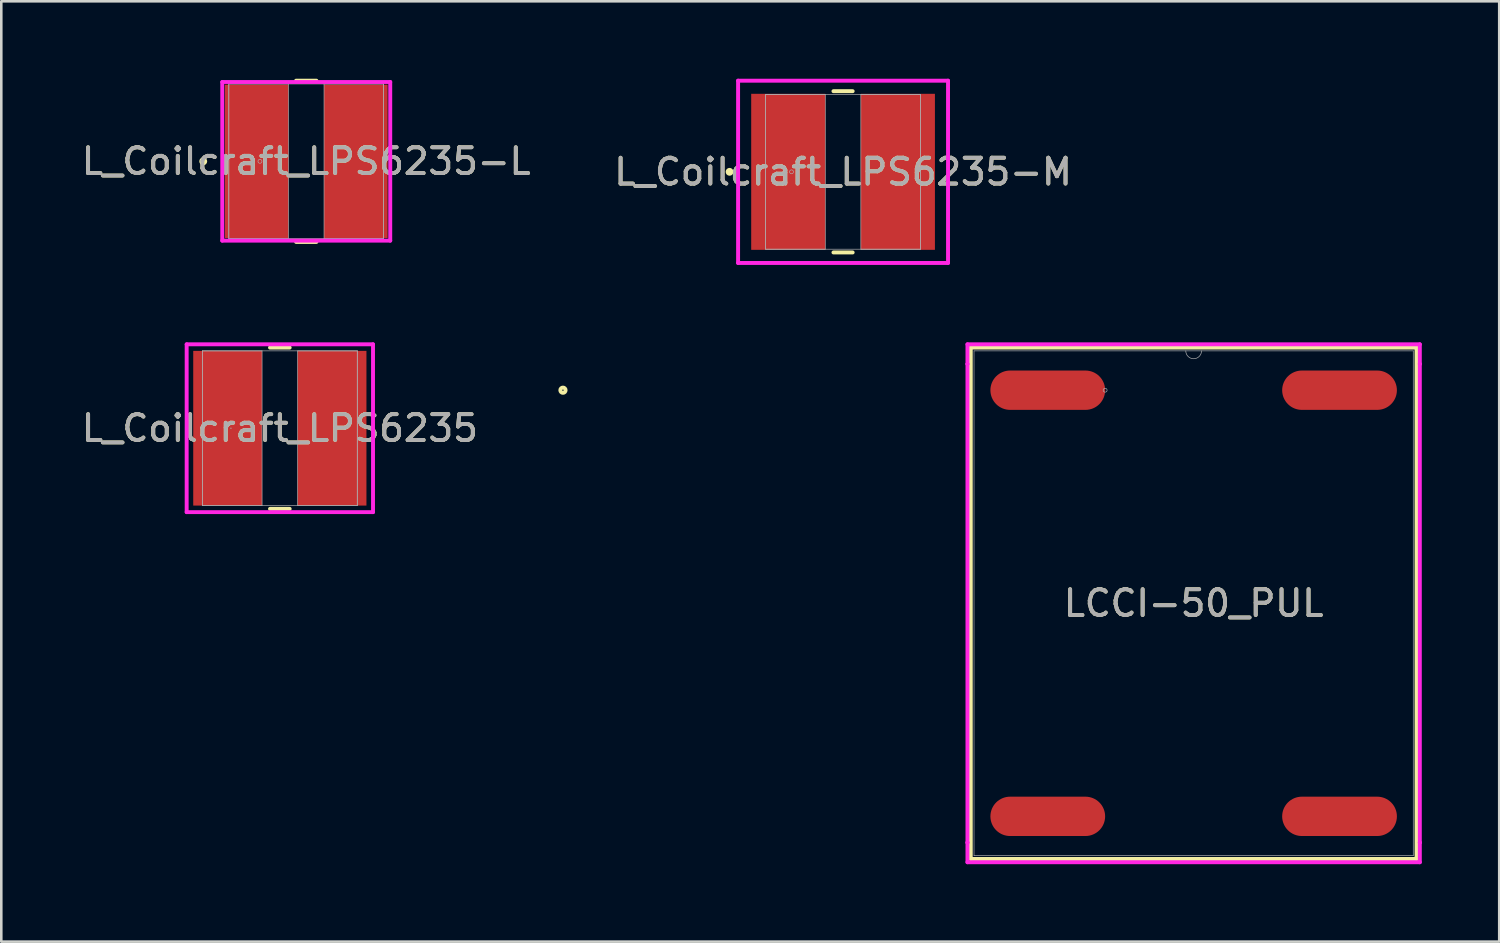
<source format=kicad_pcb>
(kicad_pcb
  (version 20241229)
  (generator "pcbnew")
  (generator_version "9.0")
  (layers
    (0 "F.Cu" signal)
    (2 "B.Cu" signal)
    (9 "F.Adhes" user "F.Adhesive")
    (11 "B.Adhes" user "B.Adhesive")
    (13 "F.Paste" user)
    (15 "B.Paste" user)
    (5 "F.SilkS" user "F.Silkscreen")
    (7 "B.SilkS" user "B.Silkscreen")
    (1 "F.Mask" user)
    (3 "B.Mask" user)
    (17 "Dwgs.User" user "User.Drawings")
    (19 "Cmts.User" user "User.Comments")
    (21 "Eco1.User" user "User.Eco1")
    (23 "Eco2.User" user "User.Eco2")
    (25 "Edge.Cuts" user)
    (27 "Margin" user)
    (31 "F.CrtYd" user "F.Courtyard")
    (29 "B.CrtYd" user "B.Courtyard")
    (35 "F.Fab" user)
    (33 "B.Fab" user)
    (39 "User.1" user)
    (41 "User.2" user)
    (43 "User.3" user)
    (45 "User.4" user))
  (footprint "L_Coilcraft_LPS6235"
    (layer "F.Cu")
    (at 7.792 13.541)
    (property "Reference" "L_Coilcraft_LPS6235" (at 0 0 0) (unlocked yes) (layer "F.SilkS") (effects (font (size 1 1) (thickness 0.15))))
    (attr smd)
    (fp_line (start -0.381 3.124) (end 0.381 3.124) (stroke (width 0.152) (type solid)) (layer "F.SilkS"))
    (fp_line (start 0.381 -3.124) (end -0.381 -3.124) (stroke (width 0.152) (type solid)) (layer "F.SilkS"))
    (fp_line (start -3.61 -3.251) (end 3.61 -3.251) (stroke (width 0.152) (type solid)) (layer "F.CrtYd"))
    (fp_line (start -3.61 3.251) (end -3.61 -3.251) (stroke (width 0.152) (type solid)) (layer "F.CrtYd"))
    (fp_line (start 3.61 -3.251) (end 3.61 3.251) (stroke (width 0.152) (type solid)) (layer "F.CrtYd"))
    (fp_line (start 3.61 3.251) (end -3.61 3.251) (stroke (width 0.152) (type solid)) (layer "F.CrtYd"))
    (fp_line (start -3 -2.997) (end -3 2.997) (stroke (width 0.025) (type solid)) (layer "F.Fab"))
    (fp_line (start -3 -2.997) (end -3 2.997) (stroke (width 0.025) (type solid)) (layer "F.Fab"))
    (fp_line (start -3 2.997) (end -0.689 2.997) (stroke (width 0.025) (type solid)) (layer "F.Fab"))
    (fp_line (start -3 2.997) (end 3 2.997) (stroke (width 0.025) (type solid)) (layer "F.Fab"))
    (fp_line (start -0.689 -2.997) (end -3 -2.997) (stroke (width 0.025) (type solid)) (layer "F.Fab"))
    (fp_line (start -0.689 2.997) (end -0.689 -2.997) (stroke (width 0.025) (type solid)) (layer "F.Fab"))
    (fp_line (start 0.689 -2.997) (end 0.689 2.997) (stroke (width 0.025) (type solid)) (layer "F.Fab"))
    (fp_line (start 0.689 2.997) (end 3 2.997) (stroke (width 0.025) (type solid)) (layer "F.Fab"))
    (fp_line (start 3 -2.997) (end -3 -2.997) (stroke (width 0.025) (type solid)) (layer "F.Fab"))
    (fp_line (start 3 -2.997) (end 0.689 -2.997) (stroke (width 0.025) (type solid)) (layer "F.Fab"))
    (fp_line (start 3 2.997) (end 3 -2.997) (stroke (width 0.025) (type solid)) (layer "F.Fab"))
    (fp_line (start 3 2.997) (end 3 -2.997) (stroke (width 0.025) (type solid)) (layer "F.Fab"))
    (fp_circle (center -1.895 0) (end -1.895 0) (stroke (width 0.025) (type solid)) (fill no) (layer "F.Fab"))
    (fp_text user "${REFERENCE}" (at 0 0 0) (unlocked yes) (layer "F.Fab") (effects (font (size 1 1) (thickness 0.15))))
    (pad "1" smd rect (at -2.022 0) (size 2.667 5.994) (layers "F.Cu" "F.Mask" "F.Paste"))
    (pad "2" smd rect (at 2.022 0) (size 2.667 5.994) (layers "F.Cu" "F.Mask" "F.Paste"))
    (zone (net_name "") (layer "F.Cu") (hatch full 0.508) (connect_pads) (min_thickness 0.254) (filled_areas_thickness no) (keepout (tracks not_allowed) (vias not_allowed) (pads allowed) (copperpour not_allowed) (footprints allowed)) (placement (enabled no)) (fill) (polygon (pts (xy 7.154 10.595) (xy 8.429 10.595) (xy 8.429 16.487) (xy 7.154 16.487)))))
  (footprint "LCCI-50_PUL"
    (layer "F.Cu")
    (at 43.196 20.323)
    (property "Reference" "LCCI-50_PUL" (at 0 0 0) (unlocked yes) (layer "F.SilkS") (effects (font (size 1 1) (thickness 0.15))))
    (attr smd)
    (fp_line (start -8.636 -9.906) (end -8.636 9.906) (stroke (width 0.152) (type solid)) (layer "F.SilkS"))
    (fp_line (start -8.636 9.906) (end 8.636 9.906) (stroke (width 0.152) (type solid)) (layer "F.SilkS"))
    (fp_line (start 8.636 -9.906) (end -8.636 -9.906) (stroke (width 0.152) (type solid)) (layer "F.SilkS"))
    (fp_line (start 8.636 9.906) (end 8.636 -9.906) (stroke (width 0.152) (type solid)) (layer "F.SilkS"))
    (fp_circle (center -24.435 -8.255) (end -24.333 -8.255) (stroke (width 0.152) (type solid)) (fill no) (layer "F.SilkS"))
    (fp_line (start -8.763 -10.033) (end 8.763 -10.033) (stroke (width 0.152) (type solid)) (layer "F.CrtYd"))
    (fp_line (start -8.763 -9.271) (end -8.763 -10.033) (stroke (width 0.152) (type solid)) (layer "F.CrtYd"))
    (fp_line (start -8.763 -9.271) (end -8.763 -9.271) (stroke (width 0.152) (type solid)) (layer "F.CrtYd"))
    (fp_line (start -8.763 9.271) (end -8.763 -9.271) (stroke (width 0.152) (type solid)) (layer "F.CrtYd"))
    (fp_line (start -8.763 9.271) (end -8.763 9.271) (stroke (width 0.152) (type solid)) (layer "F.CrtYd"))
    (fp_line (start -8.763 10.033) (end -8.763 9.271) (stroke (width 0.152) (type solid)) (layer "F.CrtYd"))
    (fp_line (start 8.763 -10.033) (end 8.763 -9.271) (stroke (width 0.152) (type solid)) (layer "F.CrtYd"))
    (fp_line (start 8.763 -9.271) (end 8.763 -9.271) (stroke (width 0.152) (type solid)) (layer "F.CrtYd"))
    (fp_line (start 8.763 -9.271) (end 8.763 9.271) (stroke (width 0.152) (type solid)) (layer "F.CrtYd"))
    (fp_line (start 8.763 9.271) (end 8.763 9.271) (stroke (width 0.152) (type solid)) (layer "F.CrtYd"))
    (fp_line (start 8.763 9.271) (end 8.763 10.033) (stroke (width 0.152) (type solid)) (layer "F.CrtYd"))
    (fp_line (start 8.763 10.033) (end -8.763 10.033) (stroke (width 0.152) (type solid)) (layer "F.CrtYd"))
    (fp_line (start -8.509 -9.779) (end -8.509 9.779) (stroke (width 0.025) (type solid)) (layer "F.Fab"))
    (fp_line (start -8.509 9.779) (end 8.509 9.779) (stroke (width 0.025) (type solid)) (layer "F.Fab"))
    (fp_line (start 8.509 -9.779) (end -8.509 -9.779) (stroke (width 0.025) (type solid)) (layer "F.Fab"))
    (fp_line (start 8.509 9.779) (end 8.509 -9.779) (stroke (width 0.025) (type solid)) (layer "F.Fab"))
    (fp_arc (start 0.3048 -9.779) (mid 0 -9.4742) (end -0.3048 -9.779) (stroke (width 0.0254) (type solid)) (layer "F.Fab"))
    (fp_circle (center -3.429 -8.255) (end -3.353 -8.255) (stroke (width 0.025) (type solid)) (fill no) (layer "F.Fab"))
    (fp_text user "${REFERENCE}" (at 0 0 0) (unlocked yes) (layer "F.Fab") (effects (font (size 1 1) (thickness 0.15))))
    (pad "1" smd oval (at -5.652 -8.255) (size 4.445 1.524) (layers "F.Cu" "F.Mask" "F.Paste"))
    (pad "2" smd oval (at -5.652 8.255) (size 4.445 1.524) (layers "F.Cu" "F.Mask" "F.Paste"))
    (pad "3" smd oval (at 5.652 8.255) (size 4.445 1.524) (layers "F.Cu" "F.Mask" "F.Paste"))
    (pad "4" smd oval (at 5.652 -8.255) (size 4.445 1.524) (layers "F.Cu" "F.Mask" "F.Paste")))
  (footprint "L_Coilcraft_LPS6235-M"
    (layer "F.Cu")
    (at 29.613 3.607)
    (property "Reference" "L_Coilcraft_LPS6235-M" (at 0 0 0) (unlocked yes) (layer "F.SilkS") (effects (font (size 1 1) (thickness 0.15))))
    (attr smd)
    (fp_line (start -0.372 3.124) (end 0.372 3.124) (stroke (width 0.152) (type solid)) (layer "F.SilkS"))
    (fp_line (start 0.372 -3.124) (end -0.372 -3.124) (stroke (width 0.152) (type solid)) (layer "F.SilkS"))
    (fp_circle (center -4.397 0) (end -4.321 0) (stroke (width 0.152) (type solid)) (fill no) (layer "F.SilkS"))
    (fp_line (start -4.067 -3.531) (end 4.067 -3.531) (stroke (width 0.152) (type solid)) (layer "F.CrtYd"))
    (fp_line (start -4.067 3.531) (end -4.067 -3.531) (stroke (width 0.152) (type solid)) (layer "F.CrtYd"))
    (fp_line (start 4.067 -3.531) (end 4.067 3.531) (stroke (width 0.152) (type solid)) (layer "F.CrtYd"))
    (fp_line (start 4.067 3.531) (end -4.067 3.531) (stroke (width 0.152) (type solid)) (layer "F.CrtYd"))
    (fp_line (start -3 -2.997) (end -3 2.997) (stroke (width 0.025) (type solid)) (layer "F.Fab"))
    (fp_line (start -3 -2.997) (end -3 2.997) (stroke (width 0.025) (type solid)) (layer "F.Fab"))
    (fp_line (start -3 2.997) (end -0.689 2.997) (stroke (width 0.025) (type solid)) (layer "F.Fab"))
    (fp_line (start -3 2.997) (end 3 2.997) (stroke (width 0.025) (type solid)) (layer "F.Fab"))
    (fp_line (start -0.689 -2.997) (end -3 -2.997) (stroke (width 0.025) (type solid)) (layer "F.Fab"))
    (fp_line (start -0.689 2.997) (end -0.689 -2.997) (stroke (width 0.025) (type solid)) (layer "F.Fab"))
    (fp_line (start 0.689 -2.997) (end 0.689 2.997) (stroke (width 0.025) (type solid)) (layer "F.Fab"))
    (fp_line (start 0.689 2.997) (end 3 2.997) (stroke (width 0.025) (type solid)) (layer "F.Fab"))
    (fp_line (start 3 -2.997) (end -3 -2.997) (stroke (width 0.025) (type solid)) (layer "F.Fab"))
    (fp_line (start 3 -2.997) (end 0.689 -2.997) (stroke (width 0.025) (type solid)) (layer "F.Fab"))
    (fp_line (start 3 2.997) (end 3 -2.997) (stroke (width 0.025) (type solid)) (layer "F.Fab"))
    (fp_line (start 3 2.997) (end 3 -2.997) (stroke (width 0.025) (type solid)) (layer "F.Fab"))
    (fp_circle (center -1.997 0) (end -1.921 0) (stroke (width 0.025) (type solid)) (fill no) (layer "F.Fab"))
    (fp_text user "${REFERENCE}" (at 0 0 0) (unlocked yes) (layer "F.Fab") (effects (font (size 1 1) (thickness 0.15))))
    (pad "1" smd rect (at -2.124 0) (size 2.87 6.045) (layers "F.Cu" "F.Mask" "F.Paste"))
    (pad "2" smd rect (at 2.124 0) (size 2.87 6.045) (layers "F.Cu" "F.Mask" "F.Paste"))
    (zone (net_name "") (layer "F.Cu") (hatch full 0.508) (connect_pads) (min_thickness 0.254) (filled_areas_thickness no) (keepout (tracks not_allowed) (vias not_allowed) (pads allowed) (copperpour not_allowed) (footprints allowed)) (placement (enabled no)) (fill) (polygon (pts (xy 28.975 0.66) (xy 30.251 0.66) (xy 30.251 6.553) (xy 28.975 6.553)))))
  (footprint "L_Coilcraft_LPS6235-L"
    (layer "F.Cu")
    (at 8.815 3.2)
    (property "Reference" "L_Coilcraft_LPS6235-L" (at 0 0 0) (unlocked yes) (layer "F.SilkS") (effects (font (size 1 1) (thickness 0.15))))
    (attr smd)
    (fp_line (start -0.393 3.124) (end 0.393 3.124) (stroke (width 0.152) (type solid)) (layer "F.SilkS"))
    (fp_line (start 0.393 -3.124) (end -0.393 -3.124) (stroke (width 0.152) (type solid)) (layer "F.SilkS"))
    (fp_circle (center -3.991 0) (end -3.914 0) (stroke (width 0.152) (type solid)) (fill no) (layer "F.SilkS"))
    (fp_line (start -3.254 -3.073) (end 3.254 -3.073) (stroke (width 0.152) (type solid)) (layer "F.CrtYd"))
    (fp_line (start -3.254 3.073) (end -3.254 -3.073) (stroke (width 0.152) (type solid)) (layer "F.CrtYd"))
    (fp_line (start 3.254 -3.073) (end 3.254 3.073) (stroke (width 0.152) (type solid)) (layer "F.CrtYd"))
    (fp_line (start 3.254 3.073) (end -3.254 3.073) (stroke (width 0.152) (type solid)) (layer "F.CrtYd"))
    (fp_line (start -3 -2.997) (end -3 2.997) (stroke (width 0.025) (type solid)) (layer "F.Fab"))
    (fp_line (start -3 -2.997) (end -3 2.997) (stroke (width 0.025) (type solid)) (layer "F.Fab"))
    (fp_line (start -3 2.997) (end -0.689 2.997) (stroke (width 0.025) (type solid)) (layer "F.Fab"))
    (fp_line (start -3 2.997) (end 3 2.997) (stroke (width 0.025) (type solid)) (layer "F.Fab"))
    (fp_line (start -0.689 -2.997) (end -3 -2.997) (stroke (width 0.025) (type solid)) (layer "F.Fab"))
    (fp_line (start -0.689 2.997) (end -0.689 -2.997) (stroke (width 0.025) (type solid)) (layer "F.Fab"))
    (fp_line (start 0.689 -2.997) (end 0.689 2.997) (stroke (width 0.025) (type solid)) (layer "F.Fab"))
    (fp_line (start 0.689 2.997) (end 3 2.997) (stroke (width 0.025) (type solid)) (layer "F.Fab"))
    (fp_line (start 3 -2.997) (end -3 -2.997) (stroke (width 0.025) (type solid)) (layer "F.Fab"))
    (fp_line (start 3 -2.997) (end 0.689 -2.997) (stroke (width 0.025) (type solid)) (layer "F.Fab"))
    (fp_line (start 3 2.997) (end 3 -2.997) (stroke (width 0.025) (type solid)) (layer "F.Fab"))
    (fp_line (start 3 2.997) (end 3 -2.997) (stroke (width 0.025) (type solid)) (layer "F.Fab"))
    (fp_circle (center -1.794 0) (end -1.717 0) (stroke (width 0.025) (type solid)) (fill no) (layer "F.Fab"))
    (fp_text user "${REFERENCE}" (at 0 0 0) (unlocked yes) (layer "F.Fab") (effects (font (size 1 1) (thickness 0.15))))
    (pad "1" smd rect (at -1.921 0) (size 2.464 5.944) (layers "F.Cu" "F.Mask" "F.Paste"))
    (pad "2" smd rect (at 1.921 0) (size 2.464 5.944) (layers "F.Cu" "F.Mask" "F.Paste"))
    (zone (net_name "") (layer "F.Cu") (hatch full 0.508) (connect_pads) (min_thickness 0.254) (filled_areas_thickness no) (keepout (tracks not_allowed) (vias not_allowed) (pads allowed) (copperpour not_allowed) (footprints allowed)) (placement (enabled no)) (fill) (polygon (pts (xy 8.178 0.254) (xy 9.453 0.254) (xy 9.453 6.147) (xy 8.178 6.147)))))
  (gr_rect
    (start -3 -3)
    (end 55.035 33.432)
    (stroke (width 0.1) (type default))
    (fill no)
    (layer "Edge.Cuts")))
</source>
